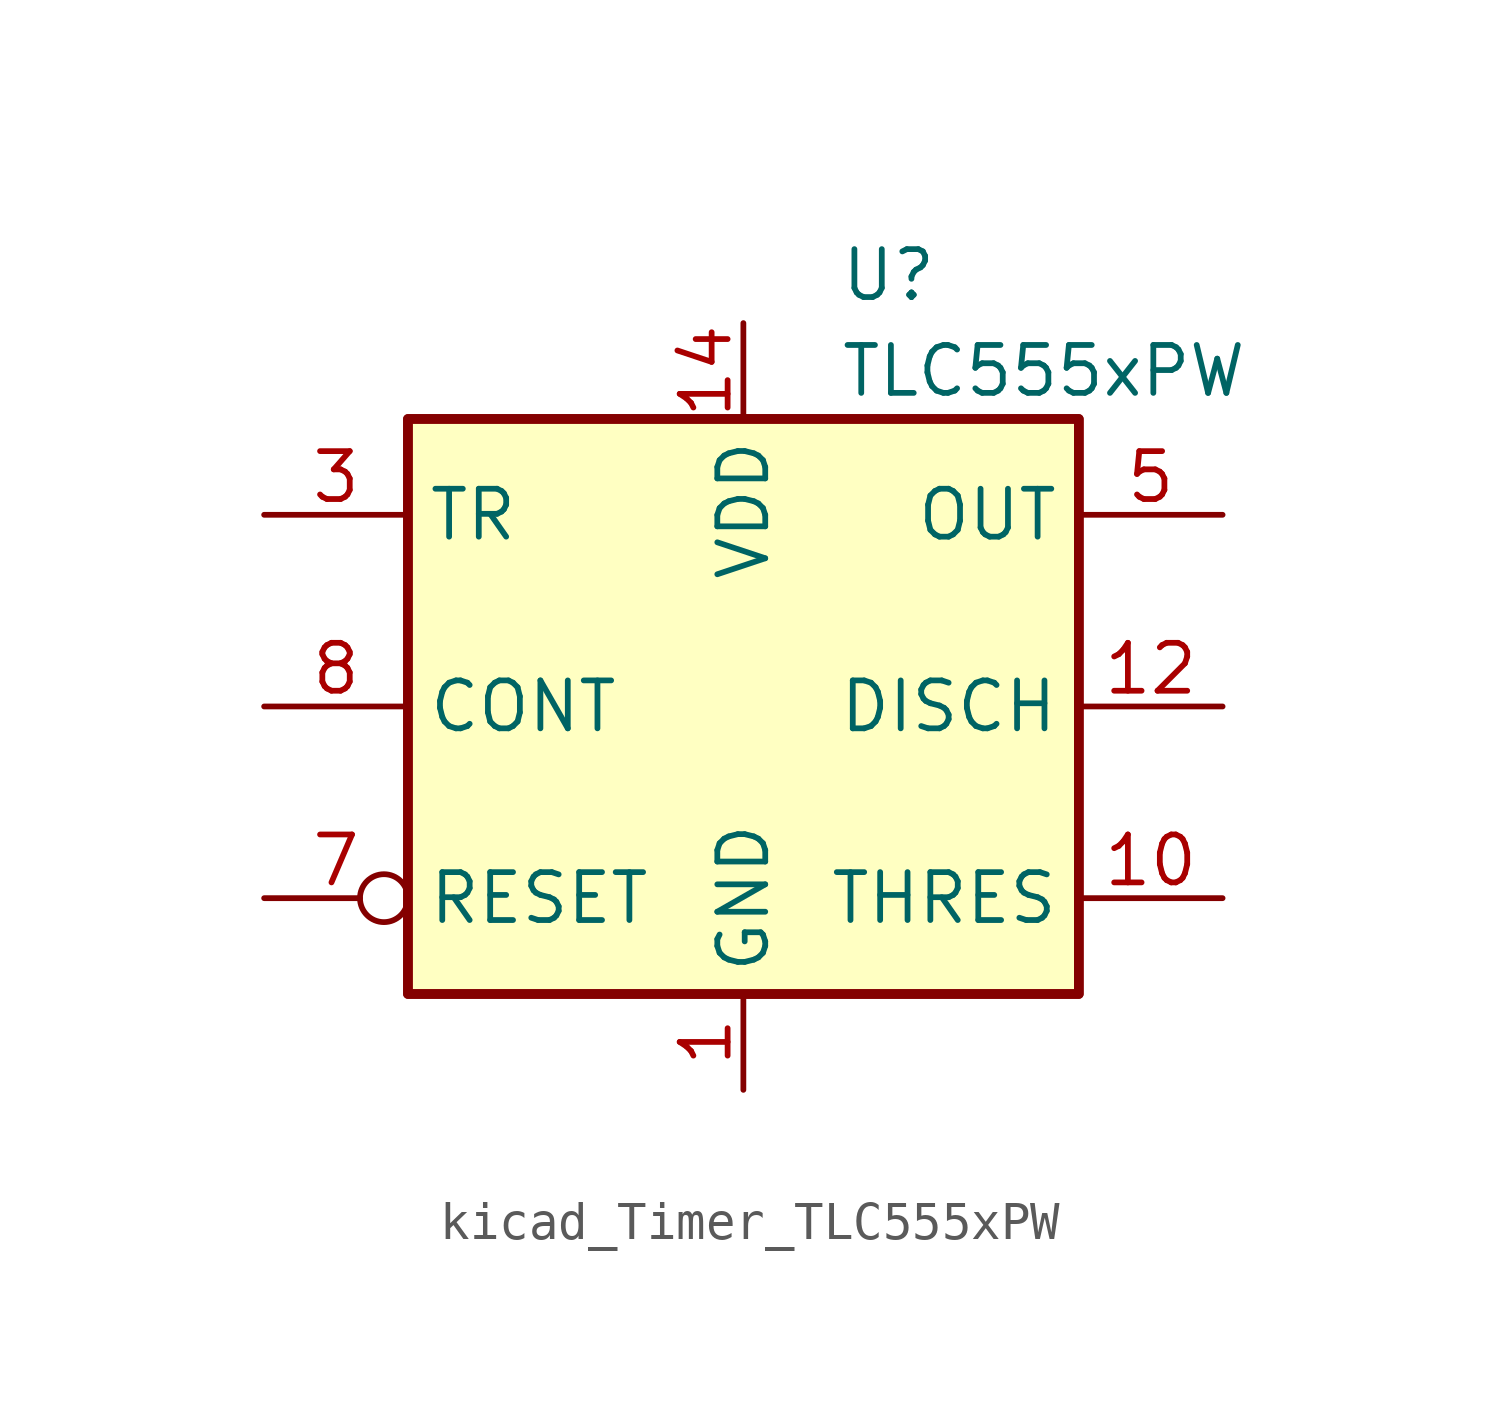
<source format=kicad_sym>
(kicad_symbol_lib
  (version 20220914)
  (generator kicad_symbol_editor)
  (symbol "kicad_Timer_TLC555xPW"
    (property "Reference" "U"
      (at 2.54 11.43 0)
      (effects (font (size 1.27 1.27)) (justify left)))
    (property "Value" "TLC555xPW"
      (at 2.54 8.89 0)
      (effects (font (size 1.27 1.27)) (justify left)))
    (symbol "kicad_Timer_TLC555xPW_0_0"
      (pin power_in line (at 0 -10.16 90) (length 2.54) (name "GND" (effects (font (size 1.27 1.27)))) (number "1" (effects (font (size 1.27 1.27)))))
      (pin power_in line (at 0 10.16 270) (length 2.54) (name "VDD" (effects (font (size 1.27 1.27)))) (number "14" (effects (font (size 1.27 1.27))))))
    (symbol "kicad_Timer_TLC555xPW_0_1"
      (rectangle (start -8.89 -7.62) (end 8.89 7.62) (stroke (width 0.254) (type default)) (fill (type background)))
      (rectangle (start -8.89 -7.62) (end 8.89 7.62) (stroke (width 0.254) (type default)) (fill (type background))))
    (symbol "kicad_Timer_TLC555xPW_1_1"
      (pin input line (at 12.7 -5.08 180) (length 3.81) (name "THRES" (effects (font (size 1.27 1.27)))) (number "10" (effects (font (size 1.27 1.27)))))
      (pin no_connect line (at 0 0 270) (length 2.54) hide (name "NC" (effects (font (size 1.27 1.27)))) (number "11" (effects (font (size 1.27 1.27)))))
      (pin input line (at 12.7 0 180) (length 3.81) (name "DISCH" (effects (font (size 1.27 1.27)))) (number "12" (effects (font (size 1.27 1.27)))))
      (pin no_connect line (at 2.54 0 270) (length 2.54) hide (name "NC" (effects (font (size 1.27 1.27)))) (number "13" (effects (font (size 1.27 1.27)))))
      (pin no_connect line (at -2.54 5.08 270) (length 2.54) hide (name "NC" (effects (font (size 1.27 1.27)))) (number "2" (effects (font (size 1.27 1.27)))))
      (pin input line (at -12.7 5.08 0) (length 3.81) (name "TR" (effects (font (size 1.27 1.27)))) (number "3" (effects (font (size 1.27 1.27)))))
      (pin no_connect line (at 0 5.08 270) (length 2.54) hide (name "NC" (effects (font (size 1.27 1.27)))) (number "4" (effects (font (size 1.27 1.27)))))
      (pin output line (at 12.7 5.08 180) (length 3.81) (name "OUT" (effects (font (size 1.27 1.27)))) (number "5" (effects (font (size 1.27 1.27)))))
      (pin no_connect line (at 2.54 5.08 270) (length 2.54) hide (name "NC" (effects (font (size 1.27 1.27)))) (number "6" (effects (font (size 1.27 1.27)))))
      (pin input inverted (at -12.7 -5.08 0) (length 3.81) (name "RESET" (effects (font (size 1.27 1.27)))) (number "7" (effects (font (size 1.27 1.27)))))
      (pin input line (at -12.7 0 0) (length 3.81) (name "CONT" (effects (font (size 1.27 1.27)))) (number "8" (effects (font (size 1.27 1.27)))))
      (pin no_connect line (at -2.54 0 270) (length 2.54) hide (name "NC" (effects (font (size 1.27 1.27)))) (number "9" (effects (font (size 1.27 1.27))))))))
</source>
